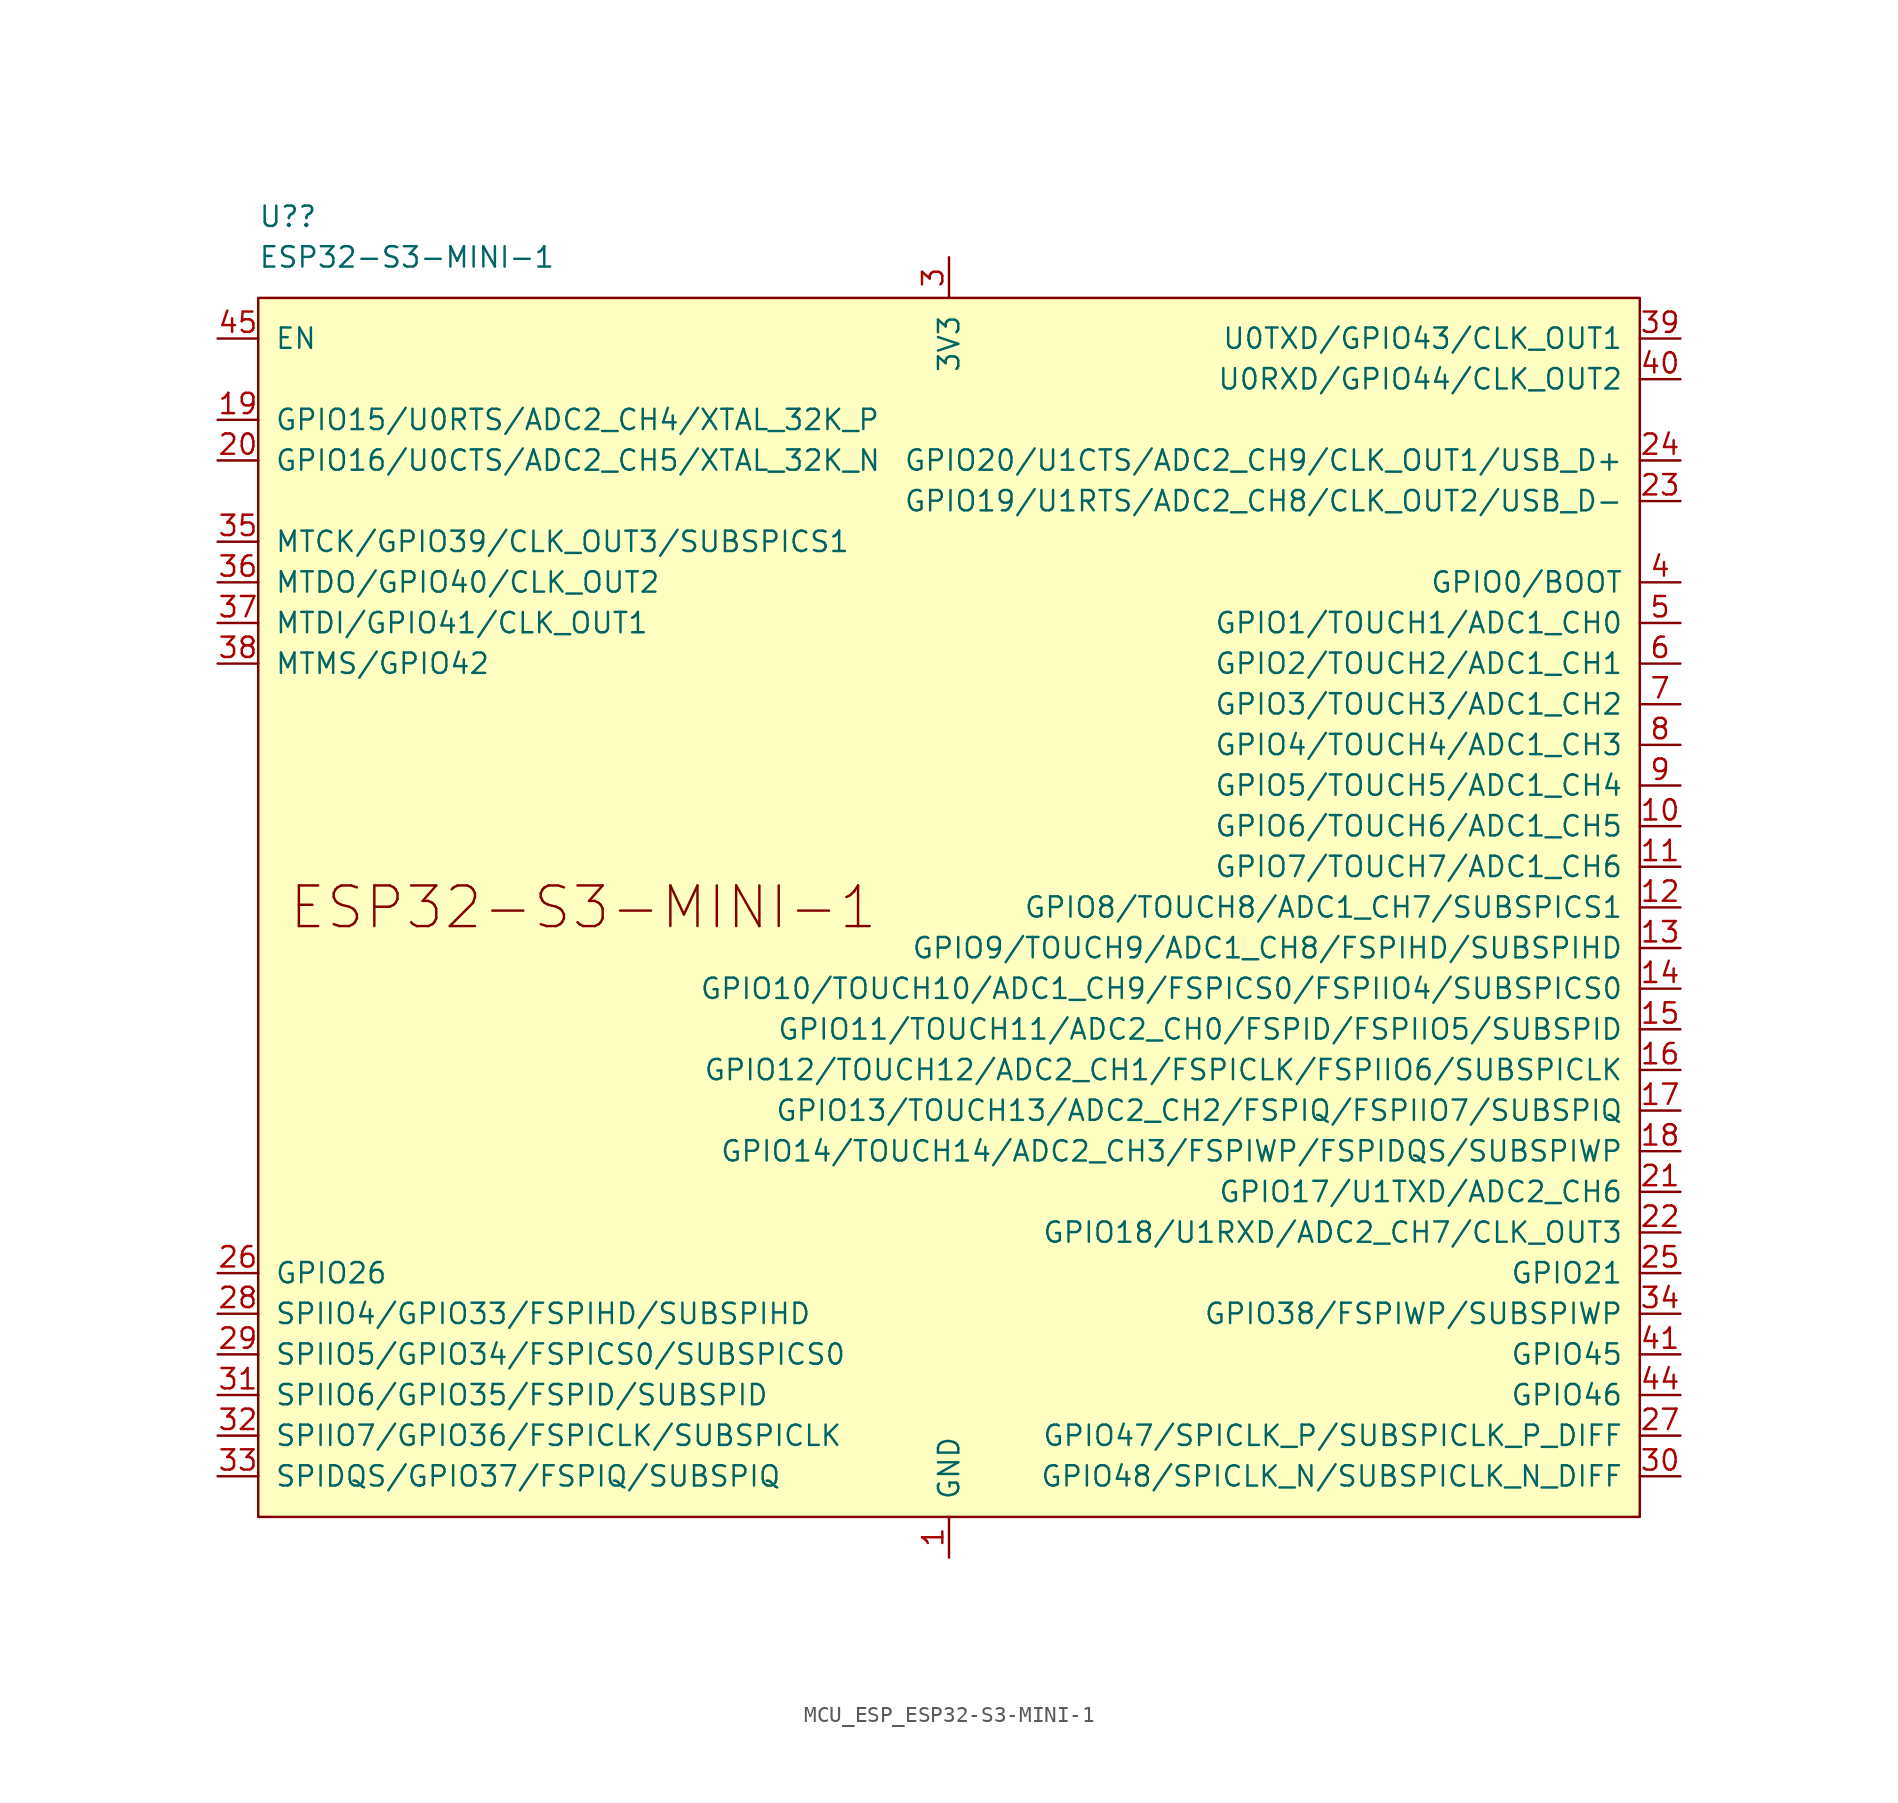
<source format=kicad_sym>
(kicad_symbol_lib
  (version 20231120)
  (generator "kicad_symbol_editor")
  (generator_version "8.0")
  (symbol "MCU_ESP_ESP32-S3-MINI-1"
    (pin_names
      (offset 1.016))
    (property "Reference" "U?"
      (at -43.18 43.18 0)
      (effects (font (size 1.27 1.27)) (justify left)))
    (property "Value" "ESP32-S3-MINI-1"
      (at -43.18 40.64 0)
      (effects (font (size 1.27 1.27)) (justify left)))
    (symbol "MCU_ESP_ESP32-S3-MINI-1_0_0"
      (text "ESP32-S3-MINI-1" (at -22.86 0 0) (effects (font (size 2.54 2.54))))
      (pin power_in line (at 0 -40.64 90) (length 2.54) (name "GND" (effects (font (size 1.27 1.27)))) (number "1" (effects (font (size 1.27 1.27)))))
      (pin bidirectional line (at 45.72 5.08 180) (length 2.54) (name "GPIO6/TOUCH6/ADC1_CH5" (effects (font (size 1.27 1.27)))) (number "10" (effects (font (size 1.27 1.27)))))
      (pin bidirectional line (at 45.72 2.54 180) (length 2.54) (name "GPIO7/TOUCH7/ADC1_CH6" (effects (font (size 1.27 1.27)))) (number "11" (effects (font (size 1.27 1.27)))))
      (pin bidirectional line (at 45.72 0 180) (length 2.54) (name "GPIO8/TOUCH8/ADC1_CH7/SUBSPICS1" (effects (font (size 1.27 1.27)))) (number "12" (effects (font (size 1.27 1.27)))))
      (pin bidirectional line (at 45.72 -2.54 180) (length 2.54) (name "GPIO9/TOUCH9/ADC1_CH8/FSPIHD/SUBSPIHD" (effects (font (size 1.27 1.27)))) (number "13" (effects (font (size 1.27 1.27)))))
      (pin bidirectional line (at 45.72 -5.08 180) (length 2.54) (name "GPIO10/TOUCH10/ADC1_CH9/FSPICS0/FSPIIO4/SUBSPICS0" (effects (font (size 1.27 1.27)))) (number "14" (effects (font (size 1.27 1.27)))))
      (pin bidirectional line (at 45.72 -7.62 180) (length 2.54) (name "GPIO11/TOUCH11/ADC2_CH0/FSPID/FSPIIO5/SUBSPID" (effects (font (size 1.27 1.27)))) (number "15" (effects (font (size 1.27 1.27)))))
      (pin bidirectional line (at 45.72 -10.16 180) (length 2.54) (name "GPIO12/TOUCH12/ADC2_CH1/FSPICLK/FSPIIO6/SUBSPICLK" (effects (font (size 1.27 1.27)))) (number "16" (effects (font (size 1.27 1.27)))))
      (pin bidirectional line (at 45.72 -12.7 180) (length 2.54) (name "GPIO13/TOUCH13/ADC2_CH2/FSPIQ/FSPIIO7/SUBSPIQ" (effects (font (size 1.27 1.27)))) (number "17" (effects (font (size 1.27 1.27)))))
      (pin bidirectional line (at 45.72 -15.24 180) (length 2.54) (name "GPIO14/TOUCH14/ADC2_CH3/FSPIWP/FSPIDQS/SUBSPIWP" (effects (font (size 1.27 1.27)))) (number "18" (effects (font (size 1.27 1.27)))))
      (pin bidirectional line (at -45.72 30.48 0) (length 2.54) (name "GPIO15/U0RTS/ADC2_CH4/XTAL_32K_P" (effects (font (size 1.27 1.27)))) (number "19" (effects (font (size 1.27 1.27)))))
      (pin passive line (at 0 -40.64 90) (length 2.54) hide (name "GND" (effects (font (size 1.27 1.27)))) (number "2" (effects (font (size 1.27 1.27)))))
      (pin bidirectional line (at -45.72 27.94 0) (length 2.54) (name "GPIO16/U0CTS/ADC2_CH5/XTAL_32K_N" (effects (font (size 1.27 1.27)))) (number "20" (effects (font (size 1.27 1.27)))))
      (pin bidirectional line (at 45.72 -17.78 180) (length 2.54) (name "GPIO17/U1TXD/ADC2_CH6" (effects (font (size 1.27 1.27)))) (number "21" (effects (font (size 1.27 1.27)))))
      (pin bidirectional line (at 45.72 -20.32 180) (length 2.54) (name "GPIO18/U1RXD/ADC2_CH7/CLK_OUT3" (effects (font (size 1.27 1.27)))) (number "22" (effects (font (size 1.27 1.27)))))
      (pin bidirectional line (at 45.72 25.4 180) (length 2.54) (name "GPIO19/U1RTS/ADC2_CH8/CLK_OUT2/USB_D-" (effects (font (size 1.27 1.27)))) (number "23" (effects (font (size 1.27 1.27)))))
      (pin bidirectional line (at 45.72 27.94 180) (length 2.54) (name "GPIO20/U1CTS/ADC2_CH9/CLK_OUT1/USB_D+" (effects (font (size 1.27 1.27)))) (number "24" (effects (font (size 1.27 1.27)))))
      (pin bidirectional line (at 45.72 -22.86 180) (length 2.54) (name "GPIO21" (effects (font (size 1.27 1.27)))) (number "25" (effects (font (size 1.27 1.27)))))
      (pin bidirectional line (at -45.72 -22.86 0) (length 2.54) (name "GPIO26" (effects (font (size 1.27 1.27)))) (number "26" (effects (font (size 1.27 1.27)))))
      (pin bidirectional line (at 45.72 -33.02 180) (length 2.54) (name "GPIO47/SPICLK_P/SUBSPICLK_P_DIFF" (effects (font (size 1.27 1.27)))) (number "27" (effects (font (size 1.27 1.27)))))
      (pin bidirectional line (at -45.72 -25.4 0) (length 2.54) (name "SPIIO4/GPIO33/FSPIHD/SUBSPIHD" (effects (font (size 1.27 1.27)))) (number "28" (effects (font (size 1.27 1.27)))))
      (pin bidirectional line (at -45.72 -27.94 0) (length 2.54) (name "SPIIO5/GPIO34/FSPICS0/SUBSPICS0" (effects (font (size 1.27 1.27)))) (number "29" (effects (font (size 1.27 1.27)))))
      (pin power_in line (at 0 40.64 270) (length 2.54) (name "3V3" (effects (font (size 1.27 1.27)))) (number "3" (effects (font (size 1.27 1.27)))))
      (pin bidirectional line (at 45.72 -35.56 180) (length 2.54) (name "GPIO48/SPICLK_N/SUBSPICLK_N_DIFF" (effects (font (size 1.27 1.27)))) (number "30" (effects (font (size 1.27 1.27)))))
      (pin bidirectional line (at -45.72 -30.48 0) (length 2.54) (name "SPIIO6/GPIO35/FSPID/SUBSPID" (effects (font (size 1.27 1.27)))) (number "31" (effects (font (size 1.27 1.27)))))
      (pin bidirectional line (at -45.72 -33.02 0) (length 2.54) (name "SPIIO7/GPIO36/FSPICLK/SUBSPICLK" (effects (font (size 1.27 1.27)))) (number "32" (effects (font (size 1.27 1.27)))))
      (pin bidirectional line (at -45.72 -35.56 0) (length 2.54) (name "SPIDQS/GPIO37/FSPIQ/SUBSPIQ" (effects (font (size 1.27 1.27)))) (number "33" (effects (font (size 1.27 1.27)))))
      (pin bidirectional line (at 45.72 -25.4 180) (length 2.54) (name "GPIO38/FSPIWP/SUBSPIWP" (effects (font (size 1.27 1.27)))) (number "34" (effects (font (size 1.27 1.27)))))
      (pin bidirectional line (at -45.72 22.86 0) (length 2.54) (name "MTCK/GPIO39/CLK_OUT3/SUBSPICS1" (effects (font (size 1.27 1.27)))) (number "35" (effects (font (size 1.27 1.27)))))
      (pin bidirectional line (at -45.72 20.32 0) (length 2.54) (name "MTDO/GPIO40/CLK_OUT2" (effects (font (size 1.27 1.27)))) (number "36" (effects (font (size 1.27 1.27)))))
      (pin bidirectional line (at -45.72 17.78 0) (length 2.54) (name "MTDI/GPIO41/CLK_OUT1" (effects (font (size 1.27 1.27)))) (number "37" (effects (font (size 1.27 1.27)))))
      (pin bidirectional line (at -45.72 15.24 0) (length 2.54) (name "MTMS/GPIO42" (effects (font (size 1.27 1.27)))) (number "38" (effects (font (size 1.27 1.27)))))
      (pin bidirectional line (at 45.72 35.56 180) (length 2.54) (name "U0TXD/GPIO43/CLK_OUT1" (effects (font (size 1.27 1.27)))) (number "39" (effects (font (size 1.27 1.27)))))
      (pin bidirectional line (at 45.72 20.32 180) (length 2.54) (name "GPIO0/BOOT" (effects (font (size 1.27 1.27)))) (number "4" (effects (font (size 1.27 1.27)))))
      (pin bidirectional line (at 45.72 33.02 180) (length 2.54) (name "U0RXD/GPIO44/CLK_OUT2" (effects (font (size 1.27 1.27)))) (number "40" (effects (font (size 1.27 1.27)))))
      (pin bidirectional line (at 45.72 -27.94 180) (length 2.54) (name "GPIO45" (effects (font (size 1.27 1.27)))) (number "41" (effects (font (size 1.27 1.27)))))
      (pin passive line (at 0 -40.64 90) (length 2.54) hide (name "GND" (effects (font (size 1.27 1.27)))) (number "42" (effects (font (size 1.27 1.27)))))
      (pin passive line (at 0 -40.64 90) (length 2.54) hide (name "GND" (effects (font (size 1.27 1.27)))) (number "43" (effects (font (size 1.27 1.27)))))
      (pin bidirectional line (at 45.72 -30.48 180) (length 2.54) (name "GPIO46" (effects (font (size 1.27 1.27)))) (number "44" (effects (font (size 1.27 1.27)))))
      (pin input line (at -45.72 35.56 0) (length 2.54) (name "EN" (effects (font (size 1.27 1.27)))) (number "45" (effects (font (size 1.27 1.27)))))
      (pin passive line (at 0 -40.64 90) (length 2.54) hide (name "GND" (effects (font (size 1.27 1.27)))) (number "46" (effects (font (size 1.27 1.27)))))
      (pin passive line (at 0 -40.64 90) (length 2.54) hide (name "GND" (effects (font (size 1.27 1.27)))) (number "47" (effects (font (size 1.27 1.27)))))
      (pin passive line (at 0 -40.64 90) (length 2.54) hide (name "GND" (effects (font (size 1.27 1.27)))) (number "48" (effects (font (size 1.27 1.27)))))
      (pin passive line (at 0 -40.64 90) (length 2.54) hide (name "GND" (effects (font (size 1.27 1.27)))) (number "49" (effects (font (size 1.27 1.27)))))
      (pin bidirectional line (at 45.72 17.78 180) (length 2.54) (name "GPIO1/TOUCH1/ADC1_CH0" (effects (font (size 1.27 1.27)))) (number "5" (effects (font (size 1.27 1.27)))))
      (pin passive line (at 0 -40.64 90) (length 2.54) hide (name "GND" (effects (font (size 1.27 1.27)))) (number "50" (effects (font (size 1.27 1.27)))))
      (pin passive line (at 0 -40.64 90) (length 2.54) hide (name "GND" (effects (font (size 1.27 1.27)))) (number "51" (effects (font (size 1.27 1.27)))))
      (pin passive line (at 0 -40.64 90) (length 2.54) hide (name "GND" (effects (font (size 1.27 1.27)))) (number "52" (effects (font (size 1.27 1.27)))))
      (pin passive line (at 0 -40.64 90) (length 2.54) hide (name "GND" (effects (font (size 1.27 1.27)))) (number "53" (effects (font (size 1.27 1.27)))))
      (pin passive line (at 0 -40.64 90) (length 2.54) hide (name "GND" (effects (font (size 1.27 1.27)))) (number "54" (effects (font (size 1.27 1.27)))))
      (pin passive line (at 0 -40.64 90) (length 2.54) hide (name "GND" (effects (font (size 1.27 1.27)))) (number "55" (effects (font (size 1.27 1.27)))))
      (pin passive line (at 0 -40.64 90) (length 2.54) hide (name "GND" (effects (font (size 1.27 1.27)))) (number "56" (effects (font (size 1.27 1.27)))))
      (pin passive line (at 0 -40.64 90) (length 2.54) hide (name "GND" (effects (font (size 1.27 1.27)))) (number "57" (effects (font (size 1.27 1.27)))))
      (pin passive line (at 0 -40.64 90) (length 2.54) hide (name "GND" (effects (font (size 1.27 1.27)))) (number "58" (effects (font (size 1.27 1.27)))))
      (pin passive line (at 0 -40.64 90) (length 2.54) hide (name "GND" (effects (font (size 1.27 1.27)))) (number "59" (effects (font (size 1.27 1.27)))))
      (pin bidirectional line (at 45.72 15.24 180) (length 2.54) (name "GPIO2/TOUCH2/ADC1_CH1" (effects (font (size 1.27 1.27)))) (number "6" (effects (font (size 1.27 1.27)))))
      (pin passive line (at 0 -40.64 90) (length 2.54) hide (name "GND" (effects (font (size 1.27 1.27)))) (number "60" (effects (font (size 1.27 1.27)))))
      (pin passive line (at 0 -40.64 90) (length 2.54) hide (name "GND" (effects (font (size 1.27 1.27)))) (number "61" (effects (font (size 1.27 1.27)))))
      (pin passive line (at 0 -40.64 90) (length 2.54) hide (name "GND" (effects (font (size 1.27 1.27)))) (number "62" (effects (font (size 1.27 1.27)))))
      (pin passive line (at 0 -40.64 90) (length 2.54) hide (name "GND" (effects (font (size 1.27 1.27)))) (number "63" (effects (font (size 1.27 1.27)))))
      (pin passive line (at 0 -40.64 90) (length 2.54) hide (name "GND" (effects (font (size 1.27 1.27)))) (number "64" (effects (font (size 1.27 1.27)))))
      (pin passive line (at 0 -40.64 90) (length 2.54) hide (name "GND" (effects (font (size 1.27 1.27)))) (number "65" (effects (font (size 1.27 1.27)))))
      (pin bidirectional line (at 45.72 12.7 180) (length 2.54) (name "GPIO3/TOUCH3/ADC1_CH2" (effects (font (size 1.27 1.27)))) (number "7" (effects (font (size 1.27 1.27)))))
      (pin bidirectional line (at 45.72 10.16 180) (length 2.54) (name "GPIO4/TOUCH4/ADC1_CH3" (effects (font (size 1.27 1.27)))) (number "8" (effects (font (size 1.27 1.27)))))
      (pin bidirectional line (at 45.72 7.62 180) (length 2.54) (name "GPIO5/TOUCH5/ADC1_CH4" (effects (font (size 1.27 1.27)))) (number "9" (effects (font (size 1.27 1.27))))))
    (symbol "MCU_ESP_ESP32-S3-MINI-1_0_1"
      (rectangle (start -43.18 38.1) (end 43.18 -38.1) (stroke (width 0) (type default)) (fill (type background))))))
</source>
